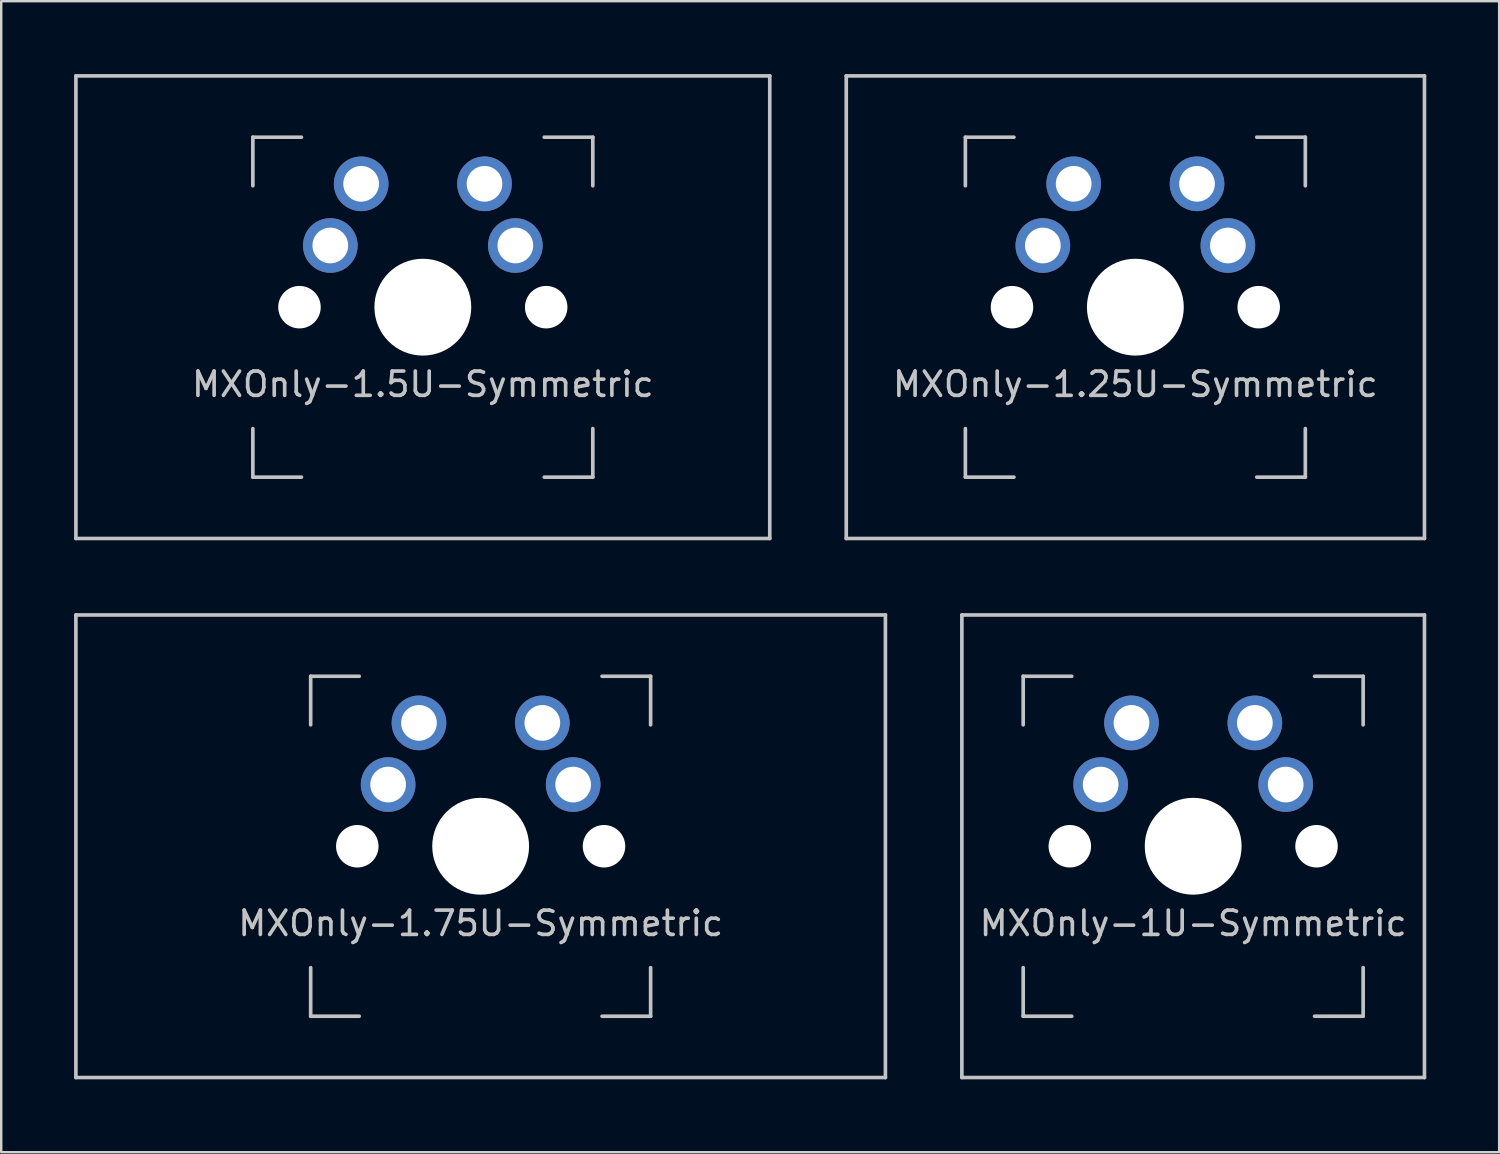
<source format=kicad_pcb>
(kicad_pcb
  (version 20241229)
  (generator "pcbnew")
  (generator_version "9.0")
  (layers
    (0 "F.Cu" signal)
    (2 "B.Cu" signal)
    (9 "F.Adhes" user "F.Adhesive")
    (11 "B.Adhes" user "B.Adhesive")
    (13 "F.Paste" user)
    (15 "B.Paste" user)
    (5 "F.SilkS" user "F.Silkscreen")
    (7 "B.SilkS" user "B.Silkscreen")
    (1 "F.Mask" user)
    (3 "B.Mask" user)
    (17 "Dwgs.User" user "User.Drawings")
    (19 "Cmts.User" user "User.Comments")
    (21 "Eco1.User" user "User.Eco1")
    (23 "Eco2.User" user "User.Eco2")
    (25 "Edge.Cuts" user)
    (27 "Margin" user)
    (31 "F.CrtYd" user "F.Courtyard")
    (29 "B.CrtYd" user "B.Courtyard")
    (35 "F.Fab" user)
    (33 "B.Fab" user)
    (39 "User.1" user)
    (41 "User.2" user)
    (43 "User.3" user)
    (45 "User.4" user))
  (footprint "MXOnly-1U-Symmetric"
    (layer "F.Cu")
    (at 46.087 31.8)
    (property "Reference" "MXOnly-1U-Symmetric" (at 0 3.175 0) (layer "Dwgs.User") (effects (font (size 1 1) (thickness 0.15))))
    (attr through_hole)
    (fp_line (start -9.525 -9.525) (end 9.525 -9.525) (stroke (width 0.15) (type solid)) (layer "Dwgs.User"))
    (fp_line (start -9.525 9.525) (end -9.525 -9.525) (stroke (width 0.15) (type solid)) (layer "Dwgs.User"))
    (fp_line (start -7 -7) (end -7 -5) (stroke (width 0.15) (type solid)) (layer "Dwgs.User"))
    (fp_line (start -7 5) (end -7 7) (stroke (width 0.15) (type solid)) (layer "Dwgs.User"))
    (fp_line (start -7 7) (end -5 7) (stroke (width 0.15) (type solid)) (layer "Dwgs.User"))
    (fp_line (start -5 -7) (end -7 -7) (stroke (width 0.15) (type solid)) (layer "Dwgs.User"))
    (fp_line (start 5 -7) (end 7 -7) (stroke (width 0.15) (type solid)) (layer "Dwgs.User"))
    (fp_line (start 5 7) (end 7 7) (stroke (width 0.15) (type solid)) (layer "Dwgs.User"))
    (fp_line (start 7 -7) (end 7 -5) (stroke (width 0.15) (type solid)) (layer "Dwgs.User"))
    (fp_line (start 7 7) (end 7 5) (stroke (width 0.15) (type solid)) (layer "Dwgs.User"))
    (fp_line (start 9.525 -9.525) (end 9.525 9.525) (stroke (width 0.15) (type solid)) (layer "Dwgs.User"))
    (fp_line (start 9.525 9.525) (end -9.525 9.525) (stroke (width 0.15) (type solid)) (layer "Dwgs.User"))
    (pad "" np_thru_hole circle (at -5.08 0 48.1) (size 1.75 1.75) (drill 1.75) (layers "*.Cu" "*.Mask"))
    (pad "" np_thru_hole circle (at 0 0) (size 3.988 3.988) (drill 3.988) (layers "*.Cu" "*.Mask"))
    (pad "" np_thru_hole circle (at 5.08 0 48.1) (size 1.75 1.75) (drill 1.75) (layers "*.Cu" "*.Mask"))
    (pad "1" thru_hole circle (at -3.81 -2.54) (size 2.25 2.25) (drill 1.47) (layers "*.Cu" "B.Mask"))
    (pad "1" thru_hole circle (at -2.54 -5.08) (size 2.25 2.25) (drill 1.47) (layers "*.Cu" "B.Mask"))
    (pad "2" thru_hole circle (at 2.54 -5.08) (size 2.25 2.25) (drill 1.47) (layers "*.Cu" "B.Mask"))
    (pad "2" thru_hole circle (at 3.81 -2.54) (size 2.25 2.25) (drill 1.47) (layers "*.Cu" "B.Mask")))
  (footprint "MXOnly-1.75U-Symmetric"
    (layer "F.Cu")
    (at 16.744 31.8)
    (property "Reference" "MXOnly-1.75U-Symmetric" (at 0 3.175 0) (layer "Dwgs.User") (effects (font (size 1 1) (thickness 0.15))))
    (attr through_hole)
    (fp_line (start -16.669 -9.525) (end 16.669 -9.525) (stroke (width 0.15) (type solid)) (layer "Dwgs.User"))
    (fp_line (start -16.669 9.525) (end -16.669 -9.525) (stroke (width 0.15) (type solid)) (layer "Dwgs.User"))
    (fp_line (start -16.669 9.525) (end 16.669 9.525) (stroke (width 0.15) (type solid)) (layer "Dwgs.User"))
    (fp_line (start -7 -7) (end -7 -5) (stroke (width 0.15) (type solid)) (layer "Dwgs.User"))
    (fp_line (start -7 5) (end -7 7) (stroke (width 0.15) (type solid)) (layer "Dwgs.User"))
    (fp_line (start -7 7) (end -5 7) (stroke (width 0.15) (type solid)) (layer "Dwgs.User"))
    (fp_line (start -5 -7) (end -7 -7) (stroke (width 0.15) (type solid)) (layer "Dwgs.User"))
    (fp_line (start 5 -7) (end 7 -7) (stroke (width 0.15) (type solid)) (layer "Dwgs.User"))
    (fp_line (start 5 7) (end 7 7) (stroke (width 0.15) (type solid)) (layer "Dwgs.User"))
    (fp_line (start 7 -7) (end 7 -5) (stroke (width 0.15) (type solid)) (layer "Dwgs.User"))
    (fp_line (start 7 7) (end 7 5) (stroke (width 0.15) (type solid)) (layer "Dwgs.User"))
    (fp_line (start 16.669 -9.525) (end 16.669 9.525) (stroke (width 0.15) (type solid)) (layer "Dwgs.User"))
    (pad "" np_thru_hole circle (at -5.08 0 48.1) (size 1.75 1.75) (drill 1.75) (layers "*.Cu" "*.Mask"))
    (pad "" np_thru_hole circle (at 0 0) (size 3.988 3.988) (drill 3.988) (layers "*.Cu" "*.Mask"))
    (pad "" np_thru_hole circle (at 5.08 0 48.1) (size 1.75 1.75) (drill 1.75) (layers "*.Cu" "*.Mask"))
    (pad "1" thru_hole circle (at -3.81 -2.54) (size 2.25 2.25) (drill 1.47) (layers "*.Cu" "B.Mask"))
    (pad "1" thru_hole circle (at -2.54 -5.08) (size 2.25 2.25) (drill 1.47) (layers "*.Cu" "B.Mask"))
    (pad "2" thru_hole circle (at 2.54 -5.08) (size 2.25 2.25) (drill 1.47) (layers "*.Cu" "B.Mask"))
    (pad "2" thru_hole circle (at 3.81 -2.54) (size 2.25 2.25) (drill 1.47) (layers "*.Cu" "B.Mask")))
  (footprint "MXOnly-1.5U-Symmetric"
    (layer "F.Cu")
    (at 14.363 9.6)
    (property "Reference" "MXOnly-1.5U-Symmetric" (at 0 3.175 0) (layer "Dwgs.User") (effects (font (size 1 1) (thickness 0.15))))
    (attr through_hole)
    (fp_line (start -14.287 -9.525) (end 14.287 -9.525) (stroke (width 0.15) (type solid)) (layer "Dwgs.User"))
    (fp_line (start -14.287 9.525) (end -14.287 -9.525) (stroke (width 0.15) (type solid)) (layer "Dwgs.User"))
    (fp_line (start -14.287 9.525) (end 14.287 9.525) (stroke (width 0.15) (type solid)) (layer "Dwgs.User"))
    (fp_line (start -7 -7) (end -7 -5) (stroke (width 0.15) (type solid)) (layer "Dwgs.User"))
    (fp_line (start -7 5) (end -7 7) (stroke (width 0.15) (type solid)) (layer "Dwgs.User"))
    (fp_line (start -7 7) (end -5 7) (stroke (width 0.15) (type solid)) (layer "Dwgs.User"))
    (fp_line (start -5 -7) (end -7 -7) (stroke (width 0.15) (type solid)) (layer "Dwgs.User"))
    (fp_line (start 5 -7) (end 7 -7) (stroke (width 0.15) (type solid)) (layer "Dwgs.User"))
    (fp_line (start 5 7) (end 7 7) (stroke (width 0.15) (type solid)) (layer "Dwgs.User"))
    (fp_line (start 7 -7) (end 7 -5) (stroke (width 0.15) (type solid)) (layer "Dwgs.User"))
    (fp_line (start 7 7) (end 7 5) (stroke (width 0.15) (type solid)) (layer "Dwgs.User"))
    (fp_line (start 14.287 -9.525) (end 14.287 9.525) (stroke (width 0.15) (type solid)) (layer "Dwgs.User"))
    (pad "" np_thru_hole circle (at -5.08 0 48.1) (size 1.75 1.75) (drill 1.75) (layers "*.Cu" "*.Mask"))
    (pad "" np_thru_hole circle (at 0 0) (size 3.988 3.988) (drill 3.988) (layers "*.Cu" "*.Mask"))
    (pad "" np_thru_hole circle (at 5.08 0 48.1) (size 1.75 1.75) (drill 1.75) (layers "*.Cu" "*.Mask"))
    (pad "1" thru_hole circle (at -3.81 -2.54) (size 2.25 2.25) (drill 1.47) (layers "*.Cu" "B.Mask"))
    (pad "1" thru_hole circle (at -2.54 -5.08) (size 2.25 2.25) (drill 1.47) (layers "*.Cu" "B.Mask"))
    (pad "2" thru_hole circle (at 2.54 -5.08) (size 2.25 2.25) (drill 1.47) (layers "*.Cu" "B.Mask"))
    (pad "2" thru_hole circle (at 3.81 -2.54) (size 2.25 2.25) (drill 1.47) (layers "*.Cu" "B.Mask")))
  (footprint "MXOnly-1.25U-Symmetric"
    (layer "F.Cu")
    (at 43.706 9.6)
    (property "Reference" "MXOnly-1.25U-Symmetric" (at 0 3.175 0) (layer "Dwgs.User") (effects (font (size 1 1) (thickness 0.15))))
    (attr through_hole)
    (fp_line (start -11.906 -9.525) (end 11.906 -9.525) (stroke (width 0.15) (type solid)) (layer "Dwgs.User"))
    (fp_line (start -11.906 9.525) (end -11.906 -9.525) (stroke (width 0.15) (type solid)) (layer "Dwgs.User"))
    (fp_line (start -11.906 9.525) (end 11.906 9.525) (stroke (width 0.15) (type solid)) (layer "Dwgs.User"))
    (fp_line (start -7 -7) (end -7 -5) (stroke (width 0.15) (type solid)) (layer "Dwgs.User"))
    (fp_line (start -7 5) (end -7 7) (stroke (width 0.15) (type solid)) (layer "Dwgs.User"))
    (fp_line (start -7 7) (end -5 7) (stroke (width 0.15) (type solid)) (layer "Dwgs.User"))
    (fp_line (start -5 -7) (end -7 -7) (stroke (width 0.15) (type solid)) (layer "Dwgs.User"))
    (fp_line (start 5 -7) (end 7 -7) (stroke (width 0.15) (type solid)) (layer "Dwgs.User"))
    (fp_line (start 5 7) (end 7 7) (stroke (width 0.15) (type solid)) (layer "Dwgs.User"))
    (fp_line (start 7 -7) (end 7 -5) (stroke (width 0.15) (type solid)) (layer "Dwgs.User"))
    (fp_line (start 7 7) (end 7 5) (stroke (width 0.15) (type solid)) (layer "Dwgs.User"))
    (fp_line (start 11.906 -9.525) (end 11.906 9.525) (stroke (width 0.15) (type solid)) (layer "Dwgs.User"))
    (pad "" np_thru_hole circle (at -5.08 0 48.1) (size 1.75 1.75) (drill 1.75) (layers "*.Cu" "*.Mask"))
    (pad "" np_thru_hole circle (at 0 0) (size 3.988 3.988) (drill 3.988) (layers "*.Cu" "*.Mask"))
    (pad "" np_thru_hole circle (at 5.08 0 48.1) (size 1.75 1.75) (drill 1.75) (layers "*.Cu" "*.Mask"))
    (pad "1" thru_hole circle (at -3.81 -2.54) (size 2.25 2.25) (drill 1.47) (layers "*.Cu" "B.Mask"))
    (pad "1" thru_hole circle (at -2.54 -5.08) (size 2.25 2.25) (drill 1.47) (layers "*.Cu" "B.Mask"))
    (pad "2" thru_hole circle (at 2.54 -5.08) (size 2.25 2.25) (drill 1.47) (layers "*.Cu" "B.Mask"))
    (pad "2" thru_hole circle (at 3.81 -2.54) (size 2.25 2.25) (drill 1.47) (layers "*.Cu" "B.Mask")))
  (gr_rect
    (start -3 -3)
    (end 58.688 44.4)
    (stroke (width 0.1) (type default))
    (fill no)
    (layer "Edge.Cuts")))
</source>
